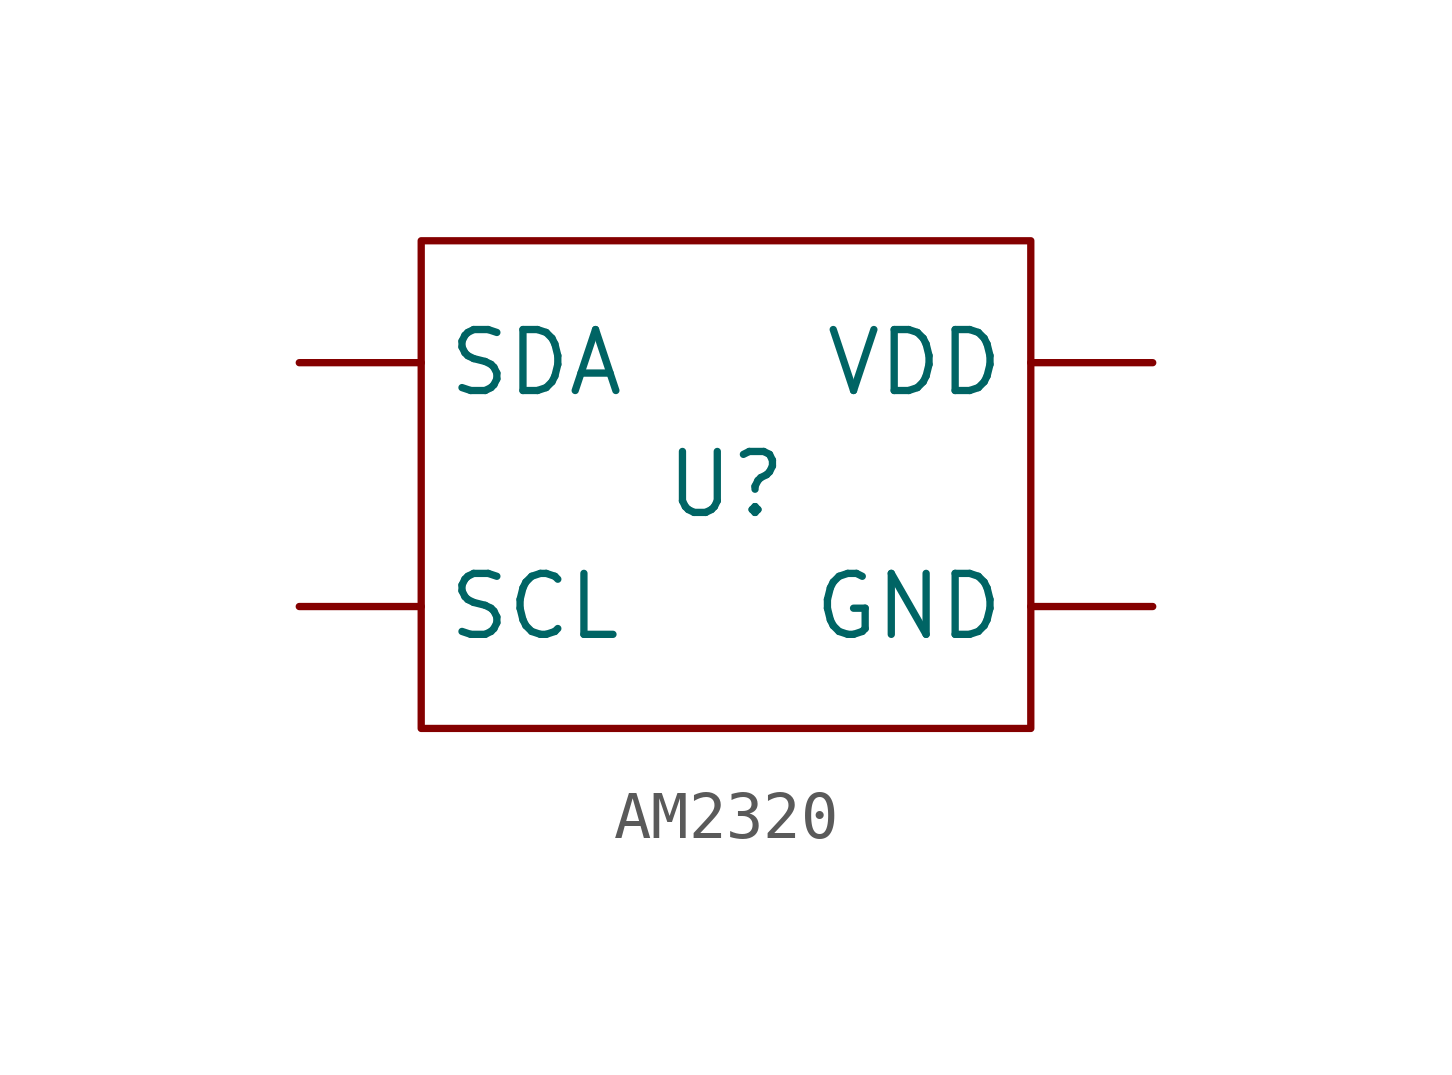
<source format=kicad_sym>
(kicad_symbol_lib
  (version 20231120)
  (generator "kicad_symbol_editor")
  (generator_version "8.0")
  (symbol "AM2320"
    (property "Reference" "U"
      (at 0 0 0)
      (effects (font (size 1.27 1.27))))
    (property "Value" ""
      (at 0 0 0)
      (effects (font (size 1.27 1.27))))
    (symbol "AM2320_0_1"
      (rectangle (start -6.35 5.08) (end 6.35 -5.08) (stroke (width 0) (type default)) (fill (type none))))
    (symbol "AM2320_1_1"
      (pin power_in line (at 8.89 -2.54 180) (length 2.54) (name "GND" (effects (font (size 1.27 1.27)))) (number "" (effects (font (size 1.27 1.27)))))
      (pin input line (at -8.89 -2.54 0) (length 2.54) (name "SCL" (effects (font (size 1.27 1.27)))) (number "" (effects (font (size 1.27 1.27)))))
      (pin input line (at -8.89 2.54 0) (length 2.54) (name "SDA" (effects (font (size 1.27 1.27)))) (number "" (effects (font (size 1.27 1.27)))))
      (pin power_in line (at 8.89 2.54 180) (length 2.54) (name "VDD" (effects (font (size 1.27 1.27)))) (number "" (effects (font (size 1.27 1.27))))))))
</source>
